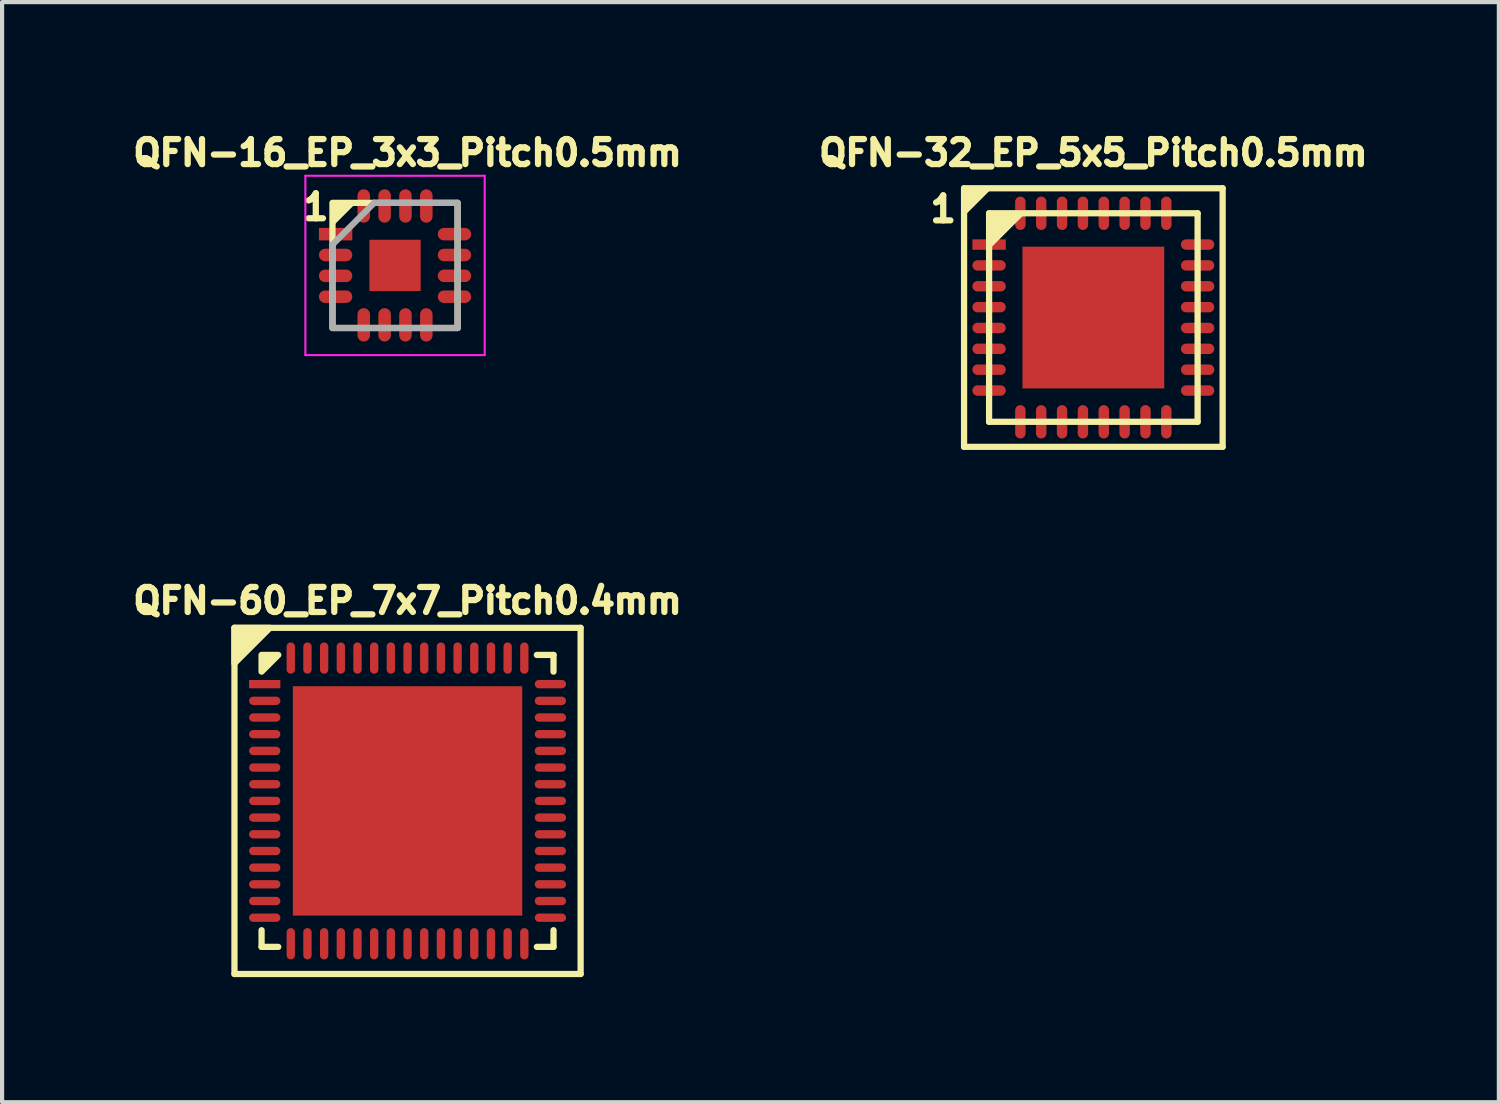
<source format=kicad_pcb>
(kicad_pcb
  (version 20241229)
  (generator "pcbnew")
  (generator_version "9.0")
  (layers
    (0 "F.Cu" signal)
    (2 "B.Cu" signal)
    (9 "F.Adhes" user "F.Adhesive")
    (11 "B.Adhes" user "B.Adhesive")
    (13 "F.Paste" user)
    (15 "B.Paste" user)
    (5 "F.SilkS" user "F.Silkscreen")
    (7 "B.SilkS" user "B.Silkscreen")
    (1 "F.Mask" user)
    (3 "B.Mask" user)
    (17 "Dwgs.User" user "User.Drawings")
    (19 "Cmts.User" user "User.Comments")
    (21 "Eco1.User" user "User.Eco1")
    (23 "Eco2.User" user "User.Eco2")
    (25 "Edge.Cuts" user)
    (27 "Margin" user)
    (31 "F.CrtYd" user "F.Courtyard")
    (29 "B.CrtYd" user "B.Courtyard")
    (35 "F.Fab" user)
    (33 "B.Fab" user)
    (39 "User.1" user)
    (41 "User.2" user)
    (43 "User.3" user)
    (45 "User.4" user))
  (footprint "QFN-16_EP_3x3_Pitch0.5mm"
    (layer "F.Cu")
    (at 6.422 3.314)
    (property "Reference" "QFN-16_EP_3x3_Pitch0.5mm" (at 0.3 -2.7 0) (layer "F.SilkS") (effects (font (size 0.6 0.6) (thickness 0.15))))
    (attr through_hole)
    (fp_rect (start -1.5 -1.5) (end 1.5 1.5) (stroke (width 0.15) (type solid)) (fill no) (layer "F.SilkS"))
    (fp_poly (pts (xy -1.5 -1) (xy -1.5 -1.5) (xy -1 -1.5)) (stroke (width 0.1) (type solid)) (fill yes) (layer "F.SilkS"))
    (fp_line (start -2.15 -2.15) (end 2.15 -2.15) (stroke (width 0.05) (type solid)) (layer "F.CrtYd"))
    (fp_line (start -2.15 2.15) (end -2.15 -2.15) (stroke (width 0.05) (type solid)) (layer "F.CrtYd"))
    (fp_line (start 2.15 -2.15) (end 2.15 2.15) (stroke (width 0.05) (type solid)) (layer "F.CrtYd"))
    (fp_line (start 2.15 2.15) (end -2.15 2.15) (stroke (width 0.05) (type solid)) (layer "F.CrtYd"))
    (fp_line (start -1.5 -0.5) (end -1.5 1.5) (stroke (width 0.15) (type solid)) (layer "F.Fab"))
    (fp_line (start -1.5 1.5) (end 1.5 1.5) (stroke (width 0.15) (type solid)) (layer "F.Fab"))
    (fp_line (start -0.5 -1.5) (end -1.5 -0.5) (stroke (width 0.15) (type solid)) (layer "F.Fab"))
    (fp_line (start 1.5 -1.5) (end -0.5 -1.5) (stroke (width 0.15) (type solid)) (layer "F.Fab"))
    (fp_line (start 1.5 1.5) (end 1.5 -1.5) (stroke (width 0.15) (type solid)) (layer "F.Fab"))
    (fp_text user "1" (at -1.9 -1.4 0) (unlocked yes) (layer "F.SilkS") (effects (font (size 0.6 0.6) (thickness 0.15))))
    (pad "1" smd rect (at -1.425 -0.75 90) (size 0.3 0.8) (layers "F.Cu" "F.Mask" "F.Paste"))
    (pad "2" smd oval (at -1.425 -0.25 90) (size 0.3 0.8) (layers "F.Cu" "F.Mask" "F.Paste"))
    (pad "3" smd oval (at -1.425 0.25 90) (size 0.3 0.8) (layers "F.Cu" "F.Mask" "F.Paste"))
    (pad "4" smd oval (at -1.425 0.75 90) (size 0.3 0.8) (layers "F.Cu" "F.Mask" "F.Paste"))
    (pad "5" smd oval (at -0.75 1.425) (size 0.3 0.8) (layers "F.Cu" "F.Mask" "F.Paste"))
    (pad "6" smd oval (at -0.25 1.425) (size 0.3 0.8) (layers "F.Cu" "F.Mask" "F.Paste"))
    (pad "7" smd oval (at 0.25 1.425) (size 0.3 0.8) (layers "F.Cu" "F.Mask" "F.Paste"))
    (pad "8" smd oval (at 0.75 1.425) (size 0.3 0.8) (layers "F.Cu" "F.Mask" "F.Paste"))
    (pad "9" smd oval (at 1.425 0.75 90) (size 0.3 0.8) (layers "F.Cu" "F.Mask" "F.Paste"))
    (pad "10" smd oval (at 1.425 0.25 90) (size 0.3 0.8) (layers "F.Cu" "F.Mask" "F.Paste"))
    (pad "11" smd oval (at 1.425 -0.25 90) (size 0.3 0.8) (layers "F.Cu" "F.Mask" "F.Paste"))
    (pad "12" smd oval (at 1.425 -0.75 90) (size 0.3 0.8) (layers "F.Cu" "F.Mask" "F.Paste"))
    (pad "13" smd oval (at 0.75 -1.425) (size 0.3 0.8) (layers "F.Cu" "F.Mask" "F.Paste"))
    (pad "14" smd oval (at 0.25 -1.425) (size 0.3 0.8) (layers "F.Cu" "F.Mask" "F.Paste"))
    (pad "15" smd oval (at -0.25 -1.425) (size 0.3 0.8) (layers "F.Cu" "F.Mask" "F.Paste"))
    (pad "16" smd oval (at -0.75 -1.425) (size 0.3 0.8) (layers "F.Cu" "F.Mask" "F.Paste"))
    (pad "PAD" smd rect (at 0 0) (size 1.23 1.23) (layers "F.Cu" "F.Mask" "F.Paste")))
  (footprint "QFN-60_EP_7x7_Pitch0.4mm"
    (layer "F.Cu")
    (at 6.722 16.154)
    (property "Reference" "QFN-60_EP_7x7_Pitch0.4mm" (at 0 -4.8 0) (layer "F.SilkS") (effects (font (size 0.6 0.6) (thickness 0.15))))
    (attr smd)
    (fp_line (start -4.15 -4.15) (end 4.15 -4.15) (stroke (width 0.15) (type solid)) (layer "F.SilkS"))
    (fp_line (start -4.15 4.15) (end -4.15 -4.15) (stroke (width 0.15) (type solid)) (layer "F.SilkS"))
    (fp_line (start -3.5 3.1) (end -3.5 3.5) (stroke (width 0.15) (type solid)) (layer "F.SilkS"))
    (fp_line (start -3.5 3.5) (end -3.1 3.5) (stroke (width 0.15) (type solid)) (layer "F.SilkS"))
    (fp_line (start 3.1 3.5) (end 3.5 3.5) (stroke (width 0.15) (type solid)) (layer "F.SilkS"))
    (fp_line (start 3.5 -3.5) (end 3.1 -3.5) (stroke (width 0.15) (type solid)) (layer "F.SilkS"))
    (fp_line (start 3.5 -3.1) (end 3.5 -3.5) (stroke (width 0.15) (type solid)) (layer "F.SilkS"))
    (fp_line (start 3.5 3.5) (end 3.5 3.1) (stroke (width 0.15) (type solid)) (layer "F.SilkS"))
    (fp_line (start 4.15 -4.15) (end 4.15 4.15) (stroke (width 0.15) (type solid)) (layer "F.SilkS"))
    (fp_line (start 4.15 4.15) (end -4.15 4.15) (stroke (width 0.15) (type solid)) (layer "F.SilkS"))
    (fp_poly (pts (xy -4.15 -4.15) (xy -3.3 -4.15) (xy -4.15 -3.3)) (stroke (width 0.15) (type solid)) (fill yes) (layer "F.SilkS"))
    (fp_poly (pts (xy -3.5 -3.5) (xy -3.1 -3.5) (xy -3.5 -3.1)) (stroke (width 0.15) (type solid)) (fill yes) (layer "F.SilkS"))
    (pad "1" smd rect (at -3.425 -2.8 90) (size 0.2 0.75) (layers "F.Cu" "F.Mask" "F.Paste"))
    (pad "2" smd oval (at -3.425 -2.4 90) (size 0.2 0.75) (layers "F.Cu" "F.Mask" "F.Paste"))
    (pad "3" smd oval (at -3.425 -2 90) (size 0.2 0.75) (layers "F.Cu" "F.Mask" "F.Paste"))
    (pad "4" smd oval (at -3.425 -1.6 90) (size 0.2 0.75) (layers "F.Cu" "F.Mask" "F.Paste"))
    (pad "5" smd oval (at -3.425 -1.2 90) (size 0.2 0.75) (layers "F.Cu" "F.Mask" "F.Paste"))
    (pad "6" smd oval (at -3.425 -0.8 90) (size 0.2 0.75) (layers "F.Cu" "F.Mask" "F.Paste"))
    (pad "7" smd oval (at -3.425 -0.4 90) (size 0.2 0.75) (layers "F.Cu" "F.Mask" "F.Paste"))
    (pad "8" smd oval (at -3.425 0 90) (size 0.2 0.75) (layers "F.Cu" "F.Mask" "F.Paste"))
    (pad "9" smd oval (at -3.425 0.4 90) (size 0.2 0.75) (layers "F.Cu" "F.Mask" "F.Paste"))
    (pad "10" smd oval (at -3.425 0.8 90) (size 0.2 0.75) (layers "F.Cu" "F.Mask" "F.Paste"))
    (pad "11" smd oval (at -3.425 1.2 90) (size 0.2 0.75) (layers "F.Cu" "F.Mask" "F.Paste"))
    (pad "12" smd oval (at -3.425 1.6 90) (size 0.2 0.75) (layers "F.Cu" "F.Mask" "F.Paste"))
    (pad "13" smd oval (at -3.425 2 90) (size 0.2 0.75) (layers "F.Cu" "F.Mask" "F.Paste"))
    (pad "14" smd oval (at -3.425 2.4 90) (size 0.2 0.75) (layers "F.Cu" "F.Mask" "F.Paste"))
    (pad "15" smd oval (at -3.425 2.8 90) (size 0.2 0.75) (layers "F.Cu" "F.Mask" "F.Paste"))
    (pad "16" smd oval (at -2.8 3.425) (size 0.2 0.75) (layers "F.Cu" "F.Mask" "F.Paste"))
    (pad "17" smd oval (at -2.4 3.425) (size 0.2 0.75) (layers "F.Cu" "F.Mask" "F.Paste"))
    (pad "18" smd oval (at -2 3.425) (size 0.2 0.75) (layers "F.Cu" "F.Mask" "F.Paste"))
    (pad "19" smd oval (at -1.6 3.425) (size 0.2 0.75) (layers "F.Cu" "F.Mask" "F.Paste"))
    (pad "20" smd oval (at -1.2 3.425) (size 0.2 0.75) (layers "F.Cu" "F.Mask" "F.Paste"))
    (pad "21" smd oval (at -0.8 3.425) (size 0.2 0.75) (layers "F.Cu" "F.Mask" "F.Paste"))
    (pad "22" smd oval (at -0.4 3.425) (size 0.2 0.75) (layers "F.Cu" "F.Mask" "F.Paste"))
    (pad "23" smd oval (at 0 3.425) (size 0.2 0.75) (layers "F.Cu" "F.Mask" "F.Paste"))
    (pad "24" smd oval (at 0.4 3.425) (size 0.2 0.75) (layers "F.Cu" "F.Mask" "F.Paste"))
    (pad "25" smd oval (at 0.8 3.425) (size 0.2 0.75) (layers "F.Cu" "F.Mask" "F.Paste"))
    (pad "26" smd oval (at 1.2 3.425) (size 0.2 0.75) (layers "F.Cu" "F.Mask" "F.Paste"))
    (pad "27" smd oval (at 1.6 3.425) (size 0.2 0.75) (layers "F.Cu" "F.Mask" "F.Paste"))
    (pad "28" smd oval (at 2 3.425) (size 0.2 0.75) (layers "F.Cu" "F.Mask" "F.Paste"))
    (pad "29" smd oval (at 2.4 3.425) (size 0.2 0.75) (layers "F.Cu" "F.Mask" "F.Paste"))
    (pad "30" smd oval (at 2.8 3.425) (size 0.2 0.75) (layers "F.Cu" "F.Mask" "F.Paste"))
    (pad "31" smd oval (at 3.425 2.8 90) (size 0.2 0.75) (layers "F.Cu" "F.Mask" "F.Paste"))
    (pad "32" smd oval (at 3.425 2.4 90) (size 0.2 0.75) (layers "F.Cu" "F.Mask" "F.Paste"))
    (pad "33" smd oval (at 3.425 2 90) (size 0.2 0.75) (layers "F.Cu" "F.Mask" "F.Paste"))
    (pad "34" smd oval (at 3.425 1.6 90) (size 0.2 0.75) (layers "F.Cu" "F.Mask" "F.Paste"))
    (pad "35" smd oval (at 3.425 1.2 90) (size 0.2 0.75) (layers "F.Cu" "F.Mask" "F.Paste"))
    (pad "36" smd oval (at 3.425 0.8 90) (size 0.2 0.75) (layers "F.Cu" "F.Mask" "F.Paste"))
    (pad "37" smd oval (at 3.425 0.4 90) (size 0.2 0.75) (layers "F.Cu" "F.Mask" "F.Paste"))
    (pad "38" smd oval (at 3.425 0 90) (size 0.2 0.75) (layers "F.Cu" "F.Mask" "F.Paste"))
    (pad "39" smd oval (at 3.425 -0.4 90) (size 0.2 0.75) (layers "F.Cu" "F.Mask" "F.Paste"))
    (pad "40" smd oval (at 3.425 -0.8 90) (size 0.2 0.75) (layers "F.Cu" "F.Mask" "F.Paste"))
    (pad "41" smd oval (at 3.425 -1.2 90) (size 0.2 0.75) (layers "F.Cu" "F.Mask" "F.Paste"))
    (pad "42" smd oval (at 3.425 -1.6 90) (size 0.2 0.75) (layers "F.Cu" "F.Mask" "F.Paste"))
    (pad "43" smd oval (at 3.425 -2 90) (size 0.2 0.75) (layers "F.Cu" "F.Mask" "F.Paste"))
    (pad "44" smd oval (at 3.425 -2.4 90) (size 0.2 0.75) (layers "F.Cu" "F.Mask" "F.Paste"))
    (pad "45" smd oval (at 3.425 -2.8 90) (size 0.2 0.75) (layers "F.Cu" "F.Mask" "F.Paste"))
    (pad "46" smd oval (at 2.8 -3.425) (size 0.2 0.75) (layers "F.Cu" "F.Mask" "F.Paste"))
    (pad "47" smd oval (at 2.4 -3.425) (size 0.2 0.75) (layers "F.Cu" "F.Mask" "F.Paste"))
    (pad "48" smd oval (at 2 -3.425) (size 0.2 0.75) (layers "F.Cu" "F.Mask" "F.Paste"))
    (pad "49" smd oval (at 1.6 -3.425) (size 0.2 0.75) (layers "F.Cu" "F.Mask" "F.Paste"))
    (pad "50" smd oval (at 1.2 -3.425) (size 0.2 0.75) (layers "F.Cu" "F.Mask" "F.Paste"))
    (pad "51" smd oval (at 0.8 -3.425) (size 0.2 0.75) (layers "F.Cu" "F.Mask" "F.Paste"))
    (pad "52" smd oval (at 0.4 -3.425) (size 0.2 0.75) (layers "F.Cu" "F.Mask" "F.Paste"))
    (pad "53" smd oval (at 0 -3.425) (size 0.2 0.75) (layers "F.Cu" "F.Mask" "F.Paste"))
    (pad "54" smd oval (at -0.4 -3.425) (size 0.2 0.75) (layers "F.Cu" "F.Mask" "F.Paste"))
    (pad "55" smd oval (at -0.8 -3.425) (size 0.2 0.75) (layers "F.Cu" "F.Mask" "F.Paste"))
    (pad "56" smd oval (at -1.2 -3.425) (size 0.2 0.75) (layers "F.Cu" "F.Mask" "F.Paste"))
    (pad "57" smd oval (at -1.6 -3.425) (size 0.2 0.75) (layers "F.Cu" "F.Mask" "F.Paste"))
    (pad "58" smd oval (at -2 -3.425) (size 0.2 0.75) (layers "F.Cu" "F.Mask" "F.Paste"))
    (pad "59" smd oval (at -2.4 -3.425) (size 0.2 0.75) (layers "F.Cu" "F.Mask" "F.Paste"))
    (pad "60" smd oval (at -2.8 -3.425) (size 0.2 0.75) (layers "F.Cu" "F.Mask" "F.Paste"))
    (pad "PAD" smd rect (at 0 0) (size 5.5 5.5) (layers "F.Cu" "F.Mask" "F.Paste")))
  (footprint "QFN-32_EP_5x5_Pitch0.5mm"
    (layer "F.Cu")
    (at 23.166 4.564)
    (property "Reference" "QFN-32_EP_5x5_Pitch0.5mm" (at 0 -3.95 0) (layer "F.SilkS") (effects (font (size 0.6 0.6) (thickness 0.15))))
    (attr smd)
    (fp_line (start -3.1 -3.1) (end 3.1 -3.1) (stroke (width 0.15) (type solid)) (layer "F.SilkS"))
    (fp_line (start -3.1 3.1) (end -3.1 -3.1) (stroke (width 0.15) (type solid)) (layer "F.SilkS"))
    (fp_line (start -2.5 -2.5) (end 2.5 -2.5) (stroke (width 0.15) (type solid)) (layer "F.SilkS"))
    (fp_line (start -2.5 2.5) (end -2.5 -2.5) (stroke (width 0.15) (type solid)) (layer "F.SilkS"))
    (fp_line (start 2.5 -2.5) (end 2.5 2.5) (stroke (width 0.15) (type solid)) (layer "F.SilkS"))
    (fp_line (start 2.5 2.5) (end -2.5 2.5) (stroke (width 0.15) (type solid)) (layer "F.SilkS"))
    (fp_line (start 3.1 -3.1) (end 3.1 3.1) (stroke (width 0.15) (type solid)) (layer "F.SilkS"))
    (fp_line (start 3.1 3.1) (end -3.1 3.1) (stroke (width 0.15) (type solid)) (layer "F.SilkS"))
    (fp_poly (pts (xy -3.1 -3.1) (xy -2.5 -3.1) (xy -3.1 -2.5)) (stroke (width 0.1) (type solid)) (fill yes) (layer "F.SilkS"))
    (fp_poly (pts (xy -2.5 -2.5) (xy -1.7 -2.5) (xy -2.5 -1.7)) (stroke (width 0.1) (type solid)) (fill yes) (layer "F.SilkS"))
    (fp_text user "1" (at -3.6 -2.6 0) (layer "F.SilkS") (effects (font (size 0.6 0.6) (thickness 0.15))))
    (pad "1" smd rect (at -2.5 -1.75 90) (size 0.25 0.8) (layers "F.Cu" "F.Mask" "F.Paste"))
    (pad "2" smd oval (at -2.5 -1.25 90) (size 0.25 0.8) (layers "F.Cu" "F.Mask" "F.Paste"))
    (pad "3" smd oval (at -2.5 -0.75 90) (size 0.25 0.8) (layers "F.Cu" "F.Mask" "F.Paste"))
    (pad "4" smd oval (at -2.5 -0.25 90) (size 0.25 0.8) (layers "F.Cu" "F.Mask" "F.Paste"))
    (pad "5" smd oval (at -2.5 0.25 90) (size 0.25 0.8) (layers "F.Cu" "F.Mask" "F.Paste"))
    (pad "6" smd oval (at -2.5 0.75 90) (size 0.25 0.8) (layers "F.Cu" "F.Mask" "F.Paste"))
    (pad "7" smd oval (at -2.5 1.25 90) (size 0.25 0.8) (layers "F.Cu" "F.Mask" "F.Paste"))
    (pad "8" smd oval (at -2.5 1.75 90) (size 0.25 0.8) (layers "F.Cu" "F.Mask" "F.Paste"))
    (pad "9" smd oval (at -1.75 2.5) (size 0.25 0.8) (layers "F.Cu" "F.Mask" "F.Paste"))
    (pad "10" smd oval (at -1.25 2.5) (size 0.25 0.8) (layers "F.Cu" "F.Mask" "F.Paste"))
    (pad "11" smd oval (at -0.75 2.5) (size 0.25 0.8) (layers "F.Cu" "F.Mask" "F.Paste"))
    (pad "12" smd oval (at -0.25 2.5) (size 0.25 0.8) (layers "F.Cu" "F.Mask" "F.Paste"))
    (pad "13" smd oval (at 0.25 2.5) (size 0.25 0.8) (layers "F.Cu" "F.Mask" "F.Paste"))
    (pad "14" smd oval (at 0.75 2.5) (size 0.25 0.8) (layers "F.Cu" "F.Mask" "F.Paste"))
    (pad "15" smd oval (at 1.25 2.5) (size 0.25 0.8) (layers "F.Cu" "F.Mask" "F.Paste"))
    (pad "16" smd oval (at 1.75 2.5) (size 0.25 0.8) (layers "F.Cu" "F.Mask" "F.Paste"))
    (pad "17" smd oval (at 2.5 1.75 90) (size 0.25 0.8) (layers "F.Cu" "F.Mask" "F.Paste"))
    (pad "18" smd oval (at 2.5 1.25 90) (size 0.25 0.8) (layers "F.Cu" "F.Mask" "F.Paste"))
    (pad "19" smd oval (at 2.5 0.75 90) (size 0.25 0.8) (layers "F.Cu" "F.Mask" "F.Paste"))
    (pad "20" smd oval (at 2.5 0.25 90) (size 0.25 0.8) (layers "F.Cu" "F.Mask" "F.Paste"))
    (pad "21" smd oval (at 2.5 -0.25 90) (size 0.25 0.8) (layers "F.Cu" "F.Mask" "F.Paste"))
    (pad "22" smd oval (at 2.5 -0.75 90) (size 0.25 0.8) (layers "F.Cu" "F.Mask" "F.Paste"))
    (pad "23" smd oval (at 2.5 -1.25 90) (size 0.25 0.8) (layers "F.Cu" "F.Mask" "F.Paste"))
    (pad "24" smd oval (at 2.5 -1.75 90) (size 0.25 0.8) (layers "F.Cu" "F.Mask" "F.Paste"))
    (pad "25" smd oval (at 1.75 -2.5) (size 0.25 0.8) (layers "F.Cu" "F.Mask" "F.Paste"))
    (pad "26" smd oval (at 1.25 -2.5) (size 0.25 0.8) (layers "F.Cu" "F.Mask" "F.Paste"))
    (pad "27" smd oval (at 0.75 -2.5) (size 0.25 0.8) (layers "F.Cu" "F.Mask" "F.Paste"))
    (pad "28" smd oval (at 0.25 -2.5) (size 0.25 0.8) (layers "F.Cu" "F.Mask" "F.Paste"))
    (pad "29" smd oval (at -0.25 -2.5) (size 0.25 0.8) (layers "F.Cu" "F.Mask" "F.Paste"))
    (pad "30" smd oval (at -0.75 -2.5) (size 0.25 0.8) (layers "F.Cu" "F.Mask" "F.Paste"))
    (pad "31" smd oval (at -1.25 -2.5) (size 0.25 0.8) (layers "F.Cu" "F.Mask" "F.Paste"))
    (pad "32" smd oval (at -1.75 -2.5) (size 0.25 0.8) (layers "F.Cu" "F.Mask" "F.Paste"))
    (pad "PAD" smd rect (at 0 0) (size 3.4 3.4) (layers "F.Cu" "F.Mask" "F.Paste")))
  (gr_rect
    (start -3 -3)
    (end 32.889 23.378)
    (stroke (width 0.1) (type default))
    (fill no)
    (layer "Edge.Cuts")))
</source>
